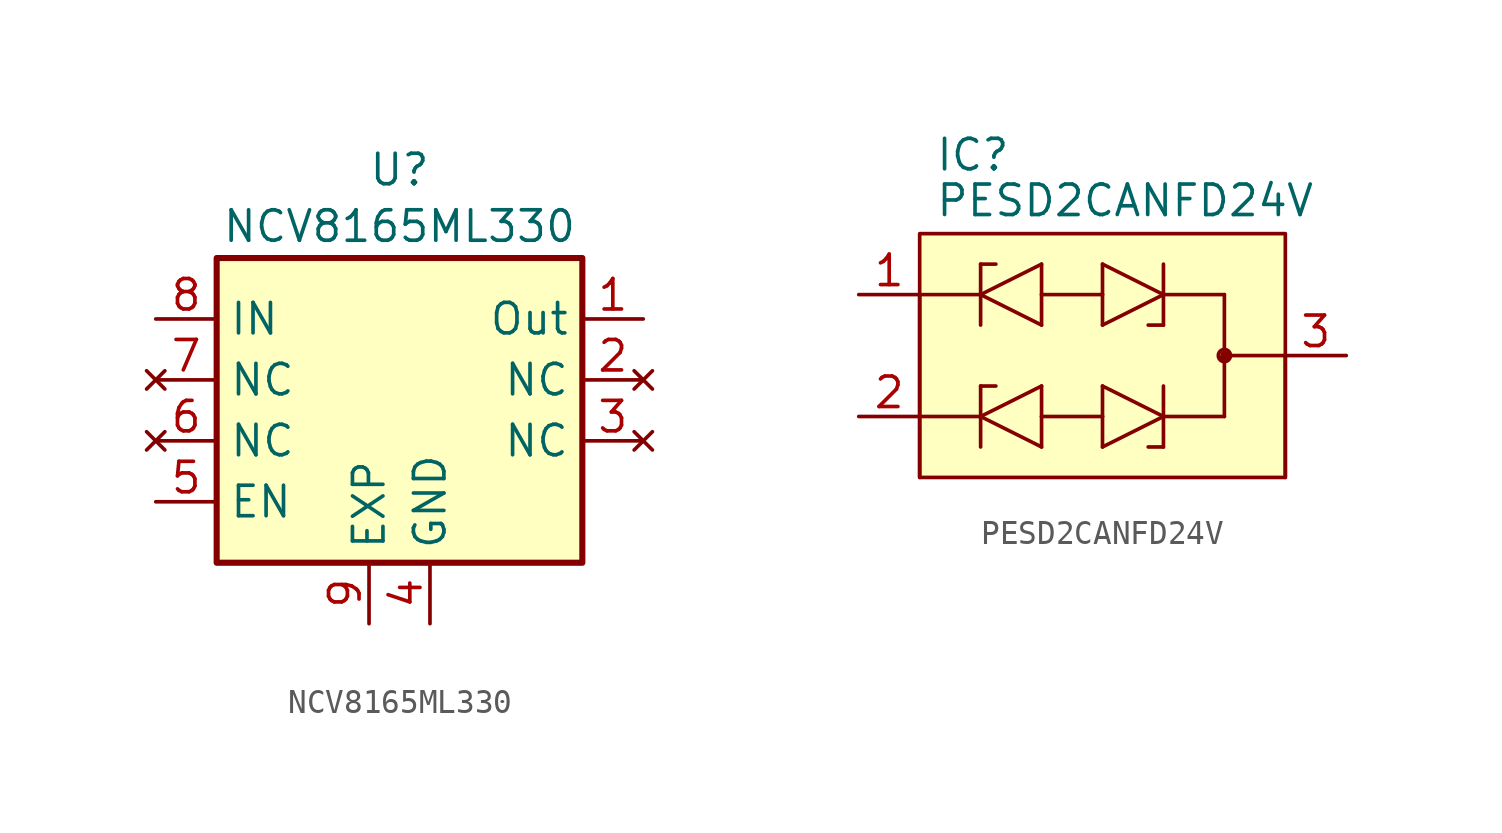
<source format=kicad_sym>
(kicad_symbol_lib
  (version 20231120)
  (generator "kicad_symbol_editor")
  (generator_version "8.0")
  (symbol "NCV8165ML330"
    (property "Reference" "U"
      (at 0 10.77 0)
      (effects (font (size 1.27 1.27)) (justify top)))
    (property "Value" "NCV8165ML330"
      (at 0 7.671 0)
      (effects (font (size 1.27 1.27))))
    (symbol "NCV8165ML330_0_0"
      (pin power_out line (at 10.16 3.81 180) (length 2.54) (name "Out" (effects (font (size 1.27 1.27)))) (number "1" (effects (font (size 1.27 1.27)))))
      (pin no_connect line (at 10.16 1.27 180) (length 2.54) (name "NC" (effects (font (size 1.27 1.27)))) (number "2" (effects (font (size 1.27 1.27)))))
      (pin no_connect line (at 10.16 -1.27 180) (length 2.54) (name "NC" (effects (font (size 1.27 1.27)))) (number "3" (effects (font (size 1.27 1.27)))))
      (pin no_connect line (at -10.16 1.27 0) (length 2.54) (name "NC" (effects (font (size 1.27 1.27)))) (number "7" (effects (font (size 1.27 1.27)))))
      (pin power_in line (at -10.16 3.81 0) (length 2.54) (name "IN" (effects (font (size 1.27 1.27)))) (number "8" (effects (font (size 1.27 1.27)))))
      (pin power_in line (at -1.27 -8.89 90) (length 2.54) (name "EXP" (effects (font (size 1.27 1.27)))) (number "9" (effects (font (size 1.27 1.27))))))
    (symbol "NCV8165ML330_0_1"
      (rectangle (start -7.62 6.35) (end 7.62 -6.35) (stroke (width 0.254) (type default)) (fill (type background))))
    (symbol "NCV8165ML330_1_1"
      (pin power_in line (at 1.27 -8.89 90) (length 2.54) (name "GND" (effects (font (size 1.27 1.27)))) (number "4" (effects (font (size 1.27 1.27)))))
      (pin input line (at -10.16 -3.81 0) (length 2.54) (name "EN" (effects (font (size 1.27 1.27)))) (number "5" (effects (font (size 1.27 1.27)))))
      (pin no_connect line (at -10.16 -1.27 0) (length 2.54) (name "NC" (effects (font (size 1.27 1.27)))) (number "6" (effects (font (size 1.27 1.27)))))))
  (symbol "PESD2CANFD24V"
    (pin_names
      (offset 1.016))
    (property "Reference" "IC"
      (at -6.985 7.62 0)
      (effects (font (size 1.27 1.27)) (justify left bottom)))
    (property "Value" "PESD2CANFD24V"
      (at -6.985 5.715 0)
      (effects (font (size 1.27 1.27)) (justify left bottom)))
    (symbol "PESD2CANFD24V_1_0"
      (rectangle (start -7.62 5.08) (end 7.62 -5.08) (stroke (width 0) (type default)) (fill (type background)))
      (polyline (pts (xy -7.62 -2.54) (xy -7.62 -5.08)) (stroke (width 0) (type default)) (fill (type none)))
      (polyline (pts (xy -7.62 -2.54) (xy -5.08 -2.54)) (stroke (width 0) (type default)) (fill (type none)))
      (polyline (pts (xy -7.62 2.54) (xy -7.62 -2.54)) (stroke (width 0) (type default)) (fill (type none)))
      (polyline (pts (xy -7.62 2.54) (xy -5.08 2.54)) (stroke (width 0) (type default)) (fill (type none)))
      (polyline (pts (xy -5.08 -3.81) (xy -5.08 -2.54)) (stroke (width 0) (type default)) (fill (type none)))
      (polyline (pts (xy -5.08 -2.54) (xy -5.08 -1.27)) (stroke (width 0) (type default)) (fill (type none)))
      (polyline (pts (xy -5.08 -2.54) (xy -2.54 -3.81)) (stroke (width 0) (type default)) (fill (type none)))
      (polyline (pts (xy -5.08 -1.27) (xy -4.445 -1.27)) (stroke (width 0) (type default)) (fill (type none)))
      (polyline (pts (xy -5.08 1.27) (xy -5.08 2.54)) (stroke (width 0) (type default)) (fill (type none)))
      (polyline (pts (xy -5.08 2.54) (xy -5.08 3.81)) (stroke (width 0) (type default)) (fill (type none)))
      (polyline (pts (xy -5.08 2.54) (xy -2.54 1.27)) (stroke (width 0) (type default)) (fill (type none)))
      (polyline (pts (xy -5.08 3.81) (xy -4.445 3.81)) (stroke (width 0) (type default)) (fill (type none)))
      (polyline (pts (xy -2.54 -3.81) (xy -2.54 -2.54)) (stroke (width 0) (type default)) (fill (type none)))
      (polyline (pts (xy -2.54 -2.54) (xy -2.54 -1.27)) (stroke (width 0) (type default)) (fill (type none)))
      (polyline (pts (xy -2.54 -1.27) (xy -5.08 -2.54)) (stroke (width 0) (type default)) (fill (type none)))
      (polyline (pts (xy -2.54 1.27) (xy -2.54 2.54)) (stroke (width 0) (type default)) (fill (type none)))
      (polyline (pts (xy -2.54 2.54) (xy -2.54 3.81)) (stroke (width 0) (type default)) (fill (type none)))
      (polyline (pts (xy -2.54 3.81) (xy -5.08 2.54)) (stroke (width 0) (type default)) (fill (type none)))
      (polyline (pts (xy 0 -3.81) (xy 2.54 -2.54)) (stroke (width 0) (type default)) (fill (type none)))
      (polyline (pts (xy 0 -2.54) (xy -2.54 -2.54)) (stroke (width 0) (type default)) (fill (type none)))
      (polyline (pts (xy 0 -2.54) (xy 0 -3.81)) (stroke (width 0) (type default)) (fill (type none)))
      (polyline (pts (xy 0 -1.27) (xy 0 -2.54)) (stroke (width 0) (type default)) (fill (type none)))
      (polyline (pts (xy 0 1.27) (xy 2.54 2.54)) (stroke (width 0) (type default)) (fill (type none)))
      (polyline (pts (xy 0 2.54) (xy -2.54 2.54)) (stroke (width 0) (type default)) (fill (type none)))
      (polyline (pts (xy 0 2.54) (xy 0 1.27)) (stroke (width 0) (type default)) (fill (type none)))
      (polyline (pts (xy 0 3.81) (xy 0 2.54)) (stroke (width 0) (type default)) (fill (type none)))
      (polyline (pts (xy 2.54 -3.81) (xy 1.905 -3.81)) (stroke (width 0) (type default)) (fill (type none)))
      (polyline (pts (xy 2.54 -2.54) (xy 0 -1.27)) (stroke (width 0) (type default)) (fill (type none)))
      (polyline (pts (xy 2.54 -2.54) (xy 2.54 -3.81)) (stroke (width 0) (type default)) (fill (type none)))
      (polyline (pts (xy 2.54 -1.27) (xy 2.54 -2.54)) (stroke (width 0) (type default)) (fill (type none)))
      (polyline (pts (xy 2.54 1.27) (xy 1.905 1.27)) (stroke (width 0) (type default)) (fill (type none)))
      (polyline (pts (xy 2.54 2.54) (xy 0 3.81)) (stroke (width 0) (type default)) (fill (type none)))
      (polyline (pts (xy 2.54 2.54) (xy 2.54 1.27)) (stroke (width 0) (type default)) (fill (type none)))
      (polyline (pts (xy 2.54 3.81) (xy 2.54 2.54)) (stroke (width 0) (type default)) (fill (type none)))
      (polyline (pts (xy 4.953 -0.127) (xy 5.004 -0.127)) (stroke (width 0) (type default)) (fill (type none)))
      (polyline (pts (xy 4.953 -0.051) (xy 4.953 -0.127)) (stroke (width 0) (type default)) (fill (type none)))
      (polyline (pts (xy 5.08 -2.54) (xy 2.54 -2.54)) (stroke (width 0) (type default)) (fill (type none)))
      (polyline (pts (xy 5.08 0) (xy 5.08 -2.54)) (stroke (width 0) (type default)) (fill (type none)))
      (polyline (pts (xy 5.08 0.076) (xy 4.978 0.076)) (stroke (width 0) (type default)) (fill (type none)))
      (polyline (pts (xy 5.08 0.076) (xy 5.08 0)) (stroke (width 0) (type default)) (fill (type none)))
      (polyline (pts (xy 5.08 2.54) (xy 2.54 2.54)) (stroke (width 0) (type default)) (fill (type none)))
      (polyline (pts (xy 5.08 2.54) (xy 5.08 0.076)) (stroke (width 0) (type default)) (fill (type none)))
      (polyline (pts (xy 5.105 -0.127) (xy 5.105 -0.102)) (stroke (width 0) (type default)) (fill (type none)))
      (polyline (pts (xy 5.105 -0.102) (xy 5.207 -0.102)) (stroke (width 0) (type default)) (fill (type none)))
      (polyline (pts (xy 5.283 0) (xy 5.08 0)) (stroke (width 0) (type default)) (fill (type none)))
      (polyline (pts (xy 5.283 0) (xy 5.283 0.102)) (stroke (width 0) (type default)) (fill (type none)))
      (polyline (pts (xy 5.283 0) (xy 7.62 0)) (stroke (width 0) (type default)) (fill (type none)))
      (polyline (pts (xy 5.283 0.102) (xy 5.156 0.102)) (stroke (width 0) (type default)) (fill (type none)))
      (polyline (pts (xy 7.62 -5.08) (xy 7.62 0)) (stroke (width 0) (type default)) (fill (type none)))
      (circle (center 5.08 0) (radius 0.254) (stroke (width 0.152) (type default)) (fill (type none)))
      (pin passive line (at -10.16 2.54 0) (length 2.54) (name "1" (effects (font (size 0 0)))) (number "1" (effects (font (size 1.27 1.27)))))
      (pin passive line (at -10.16 -2.54 0) (length 2.54) (name "2" (effects (font (size 0 0)))) (number "2" (effects (font (size 1.27 1.27)))))
      (pin passive line (at 10.16 0 180) (length 2.54) (name "3" (effects (font (size 0 0)))) (number "3" (effects (font (size 1.27 1.27))))))))
</source>
